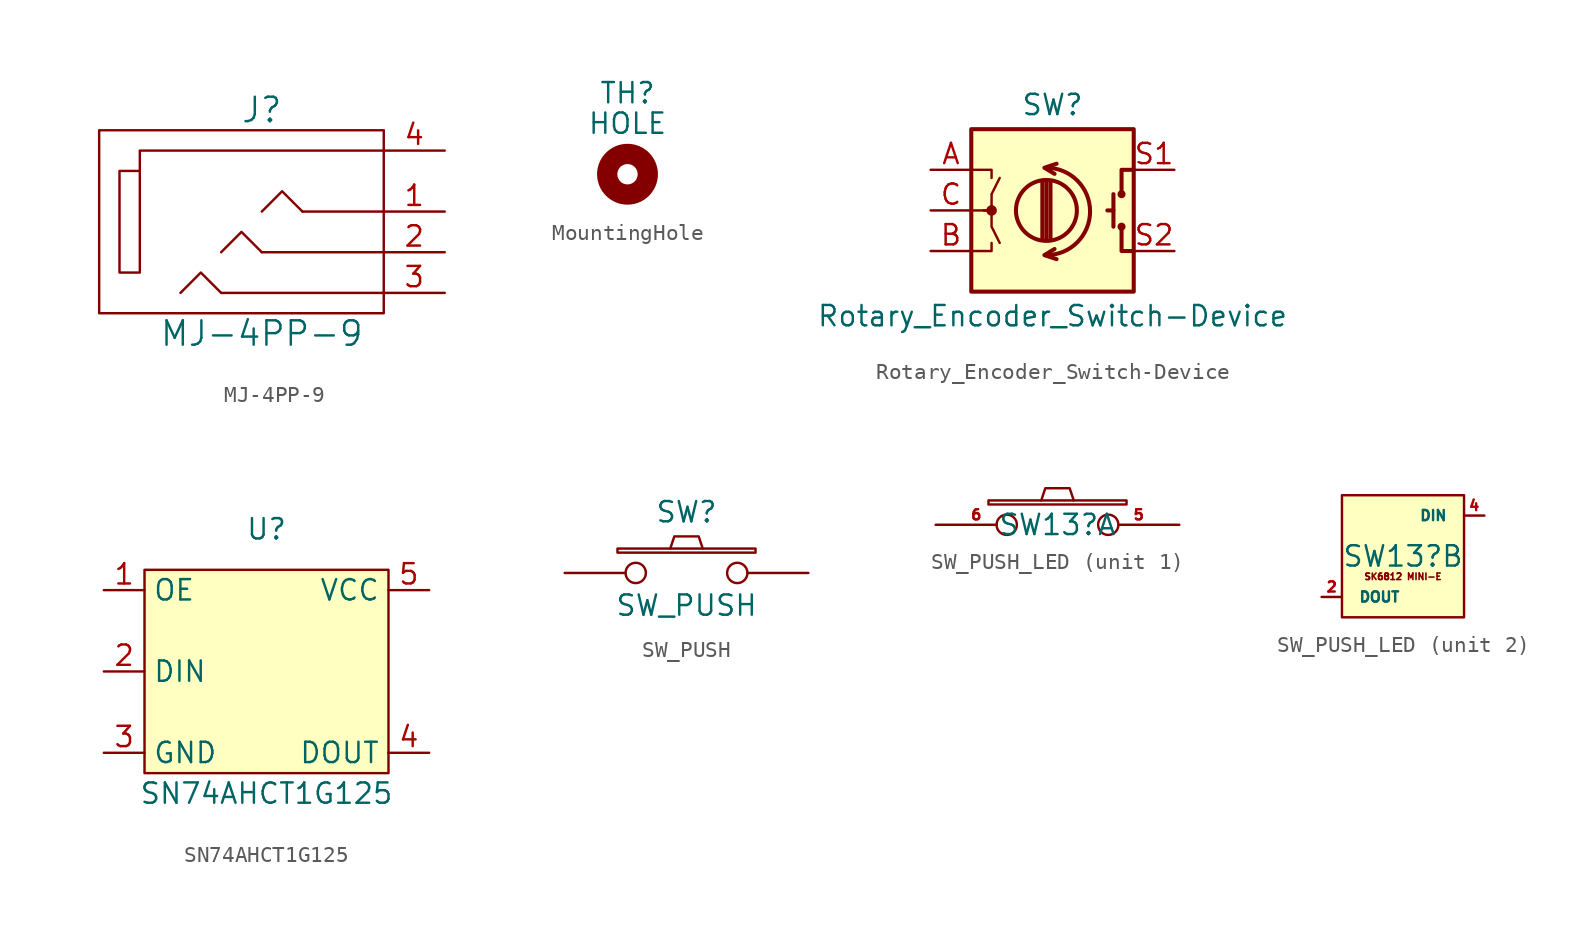
<source format=kicad_sym>
(kicad_symbol_lib
  (version 20220914)
  (generator kicad_symbol_editor)
  (symbol "MJ-4PP-9"
    (pin_names
      (offset 1.016))
    (property "Reference" "J"
      (at 0 6.35 0)
      (effects (font (size 1.524 1.524))))
    (property "Value" "MJ-4PP-9"
      (at 0 -7.62 0)
      (effects (font (size 1.524 1.524))))
    (property "Footprint" ""
      (at 0 0 0)
      (effects (font (size 1.524 1.524))))
    (property "Datasheet" ""
      (at 0 0 0)
      (effects (font (size 1.524 1.524))))
    (symbol "MJ-4PP-9_0_1"
      (rectangle (start -7.62 2.54) (end -8.89 -3.81) (stroke (width 0) (type solid)) (fill (type none)))
      (polyline (pts (xy 2.54 0) (xy 7.62 0)) (stroke (width 0) (type solid)) (fill (type none)))
      (polyline (pts (xy -2.54 -5.08) (xy 7.62 -5.08) (xy 7.62 -5.08)) (stroke (width 0) (type solid)) (fill (type none)))
      (polyline (pts (xy 0 -2.54) (xy -1.27 -1.27) (xy -2.54 -2.54)) (stroke (width 0) (type solid)) (fill (type none)))
      (polyline (pts (xy 0 0) (xy 1.27 1.27) (xy 2.54 0)) (stroke (width 0) (type solid)) (fill (type none)))
      (polyline (pts (xy 7.62 3.81) (xy -7.62 3.81) (xy -7.62 2.54)) (stroke (width 0) (type solid)) (fill (type none)))
      (polyline (pts (xy -2.54 -5.08) (xy -3.81 -3.81) (xy -5.08 -5.08) (xy -5.08 -5.08)) (stroke (width 0) (type solid)) (fill (type none)))
      (polyline (pts (xy 0 -2.54) (xy 7.62 -2.54) (xy 7.62 -2.54) (xy 7.62 -2.54)) (stroke (width 0) (type solid)) (fill (type none)))
      (rectangle (start 7.62 -6.35) (end -10.16 5.08) (stroke (width 0) (type solid)) (fill (type none))))
    (symbol "MJ-4PP-9_1_1"
      (pin passive line (at 11.43 0 180) (length 3.81) (name "~" (effects (font (size 1.27 1.27)))) (number "1" (effects (font (size 1.27 1.27)))))
      (pin passive line (at 11.43 -2.54 180) (length 3.81) (name "~" (effects (font (size 1.27 1.27)))) (number "2" (effects (font (size 1.27 1.27)))))
      (pin passive line (at 11.43 -5.08 180) (length 3.81) (name "~" (effects (font (size 1.27 1.27)))) (number "3" (effects (font (size 1.27 1.27)))))
      (pin passive line (at 11.43 3.81 180) (length 3.81) (name "~" (effects (font (size 1.27 1.27)))) (number "4" (effects (font (size 1.27 1.27)))))))
  (symbol "MountingHole"
    (pin_names
      (offset 1.016))
    (property "Reference" "TH"
      (at 0 5.08 0)
      (effects (font (size 1.27 1.27))))
    (property "Value" "HOLE"
      (at 0 3.175 0)
      (effects (font (size 1.27 1.27))))
    (symbol "MountingHole_0_1"
      (circle (center 0 0) (radius 1.27) (stroke (width 1.27) (type default)) (fill (type none)))))
  (symbol "Rotary_Encoder_Switch-Device"
    (pin_names
      (offset 0.254) hide)
    (property "Reference" "SW"
      (at 0 6.604 0)
      (effects (font (size 1.27 1.27))))
    (property "Value" "Rotary_Encoder_Switch-Device"
      (at 0 -6.604 0)
      (effects (font (size 1.27 1.27))))
    (symbol "Rotary_Encoder_Switch-Device_0_1"
      (rectangle (start -5.08 5.08) (end 5.08 -5.08) (stroke (width 0.254) (type solid)) (fill (type background)))
      (circle (center -3.81 0) (radius 0.254) (stroke (width 0) (type solid)) (fill (type outline)))
      (arc (start -0.381 -2.794) (mid 2.3376 -0.0635) (end -0.381 2.667) (stroke (width 0.254) (type solid)) (fill (type none)))
      (circle (center -0.381 0) (radius 1.905) (stroke (width 0.254) (type solid)) (fill (type none)))
      (polyline (pts (xy -0.635 -1.778) (xy -0.635 1.778)) (stroke (width 0.254) (type solid)) (fill (type none)))
      (polyline (pts (xy -0.381 -1.778) (xy -0.381 1.778)) (stroke (width 0.254) (type solid)) (fill (type none)))
      (polyline (pts (xy -0.127 1.778) (xy -0.127 -1.778)) (stroke (width 0.254) (type solid)) (fill (type none)))
      (polyline (pts (xy 3.81 0) (xy 3.429 0)) (stroke (width 0.254) (type solid)) (fill (type none)))
      (polyline (pts (xy 3.81 1.016) (xy 3.81 -1.016)) (stroke (width 0.254) (type solid)) (fill (type none)))
      (polyline (pts (xy -5.08 -2.54) (xy -3.81 -2.54) (xy -3.81 -2.032)) (stroke (width 0) (type solid)) (fill (type none)))
      (polyline (pts (xy -5.08 2.54) (xy -3.81 2.54) (xy -3.81 2.032)) (stroke (width 0) (type solid)) (fill (type none)))
      (polyline (pts (xy 0.254 -3.048) (xy -0.508 -2.794) (xy 0.127 -2.413)) (stroke (width 0.254) (type solid)) (fill (type none)))
      (polyline (pts (xy 0.254 2.921) (xy -0.508 2.667) (xy 0.127 2.286)) (stroke (width 0.254) (type solid)) (fill (type none)))
      (polyline (pts (xy 5.08 -2.54) (xy 4.318 -2.54) (xy 4.318 -1.016)) (stroke (width 0.254) (type solid)) (fill (type none)))
      (polyline (pts (xy 5.08 2.54) (xy 4.318 2.54) (xy 4.318 1.016)) (stroke (width 0.254) (type solid)) (fill (type none)))
      (polyline (pts (xy -5.08 0) (xy -3.81 0) (xy -3.81 -1.016) (xy -3.302 -2.032)) (stroke (width 0) (type solid)) (fill (type none)))
      (polyline (pts (xy -4.318 0) (xy -3.81 0) (xy -3.81 1.016) (xy -3.302 2.032)) (stroke (width 0) (type solid)) (fill (type none)))
      (circle (center 4.318 -1.016) (radius 0.127) (stroke (width 0.254) (type solid)) (fill (type none)))
      (circle (center 4.318 1.016) (radius 0.127) (stroke (width 0.254) (type solid)) (fill (type none))))
    (symbol "Rotary_Encoder_Switch-Device_1_1"
      (pin passive line (at -7.62 2.54 0) (length 2.54) (name "A" (effects (font (size 1.27 1.27)))) (number "A" (effects (font (size 1.27 1.27)))))
      (pin passive line (at -7.62 -2.54 0) (length 2.54) (name "B" (effects (font (size 1.27 1.27)))) (number "B" (effects (font (size 1.27 1.27)))))
      (pin passive line (at -7.62 0 0) (length 2.54) (name "C" (effects (font (size 1.27 1.27)))) (number "C" (effects (font (size 1.27 1.27)))))
      (pin passive line (at 7.62 2.54 180) (length 2.54) (name "S1" (effects (font (size 1.27 1.27)))) (number "S1" (effects (font (size 1.27 1.27)))))
      (pin passive line (at 7.62 -2.54 180) (length 2.54) (name "S2" (effects (font (size 1.27 1.27)))) (number "S2" (effects (font (size 1.27 1.27)))))))
  (symbol "SN74AHCT1G125"
    (property "Reference" "U"
      (at 0 8.89 0)
      (effects (font (size 1.27 1.27))))
    (property "Value" "SN74AHCT1G125"
      (at 0 -7.62 0)
      (effects (font (size 1.27 1.27))))
    (symbol "SN74AHCT1G125_0_1"
      (rectangle (start -7.62 6.35) (end 7.62 -6.35) (stroke (width 0) (type default)) (fill (type background)))
      (rectangle (start 7.62 -5.08) (end 7.62 -5.08) (stroke (width 0) (type default)) (fill (type none))))
    (symbol "SN74AHCT1G125_1_1"
      (pin power_in line (at -10.16 5.08 0) (length 2.54) (name "OE" (effects (font (size 1.27 1.27)))) (number "1" (effects (font (size 1.27 1.27)))))
      (pin input line (at -10.16 0 0) (length 2.54) (name "DIN" (effects (font (size 1.27 1.27)))) (number "2" (effects (font (size 1.27 1.27)))))
      (pin power_in line (at -10.16 -5.08 0) (length 2.54) (name "GND" (effects (font (size 1.27 1.27)))) (number "3" (effects (font (size 1.27 1.27)))))
      (pin output line (at 10.16 -5.08 180) (length 2.54) (name "DOUT" (effects (font (size 1.27 1.27)))) (number "4" (effects (font (size 1.27 1.27)))))
      (pin power_in line (at 10.16 5.08 180) (length 2.54) (name "VCC" (effects (font (size 1.27 1.27)))) (number "5" (effects (font (size 1.27 1.27)))))))
  (symbol "SW_PUSH"
    (pin_numbers hide)
    (pin_names
      (offset 1.016) hide)
    (property "Reference" "SW"
      (at 0 3.81 0)
      (effects (font (size 1.27 1.27))))
    (property "Value" "SW_PUSH"
      (at 0 -2.032 0)
      (effects (font (size 1.27 1.27))))
    (property "Datasheet" ""
      (at 0 0 0)
      (effects (font (size 1.27 1.27))))
    (symbol "SW_PUSH_0_1"
      (rectangle (start -4.318 1.27) (end 4.318 1.524) (stroke (width 0) (type solid)) (fill (type none)))
      (polyline (pts (xy -1.016 1.524) (xy -0.762 2.286) (xy 0.762 2.286) (xy 1.016 1.524)) (stroke (width 0) (type solid)) (fill (type none)))
      (pin passive inverted (at -7.62 0 0) (length 5.08) (name "1" (effects (font (size 1.27 1.27)))) (number "1" (effects (font (size 1.27 1.27)))))
      (pin passive inverted (at 7.62 0 180) (length 5.08) (name "2" (effects (font (size 1.27 1.27)))) (number "2" (effects (font (size 1.27 1.27)))))))
  (symbol "SW_PUSH_LED"
    (pin_names
      (offset 1.016))
    (property "Reference" "SW13"
      (at 0 0 0)
      (effects (font (size 1.27 1.27))))
    (property "ki_locked" ""
      (at 0 0 0)
      (effects (font (size 1.27 1.27))))
    (symbol "SW_PUSH_LED_1_1"
      (rectangle (start -4.318 1.27) (end 4.318 1.524) (stroke (width 0) (type solid)) (fill (type none)))
      (polyline (pts (xy -1.016 1.524) (xy -0.762 2.286) (xy 0.762 2.286) (xy 1.016 1.524)) (stroke (width 0) (type solid)) (fill (type none)))
      (pin passive inverted (at 7.62 0 180) (length 5.08) (name "~" (effects (font (size 0.61 0.61)))) (number "5" (effects (font (size 0.635 0.635)))))
      (pin passive inverted (at -7.62 0 0) (length 5.08) (name "~" (effects (font (size 0.61 0.61)))) (number "6" (effects (font (size 0.635 0.635))))))
    (symbol "SW_PUSH_LED_2_0"
      (text "SK6812 MINI-E" (at 0 -1.27 0) (effects (font (size 0.406 0.406)))))
    (symbol "SW_PUSH_LED_2_1"
      (rectangle (start 3.81 -3.81) (end -3.81 3.81) (stroke (width 0) (type solid)) (fill (type background)))
      (pin power_in line (at -5.08 2.54 0) (length 1.27) hide (name "VDD" (effects (font (size 0.635 0.635)))) (number "1" (effects (font (size 0.635 0.635)))))
      (pin output line (at -5.08 -2.54 0) (length 1.27) (name "DOUT" (effects (font (size 0.635 0.635)))) (number "2" (effects (font (size 0.635 0.635)))))
      (pin power_in line (at 5.08 -2.54 180) (length 1.27) hide (name "GND" (effects (font (size 0.635 0.635)))) (number "3" (effects (font (size 0.635 0.635)))))
      (pin input line (at 5.08 2.54 180) (length 1.27) (name "DIN" (effects (font (size 0.635 0.635)))) (number "4" (effects (font (size 0.635 0.635))))))))
</source>
